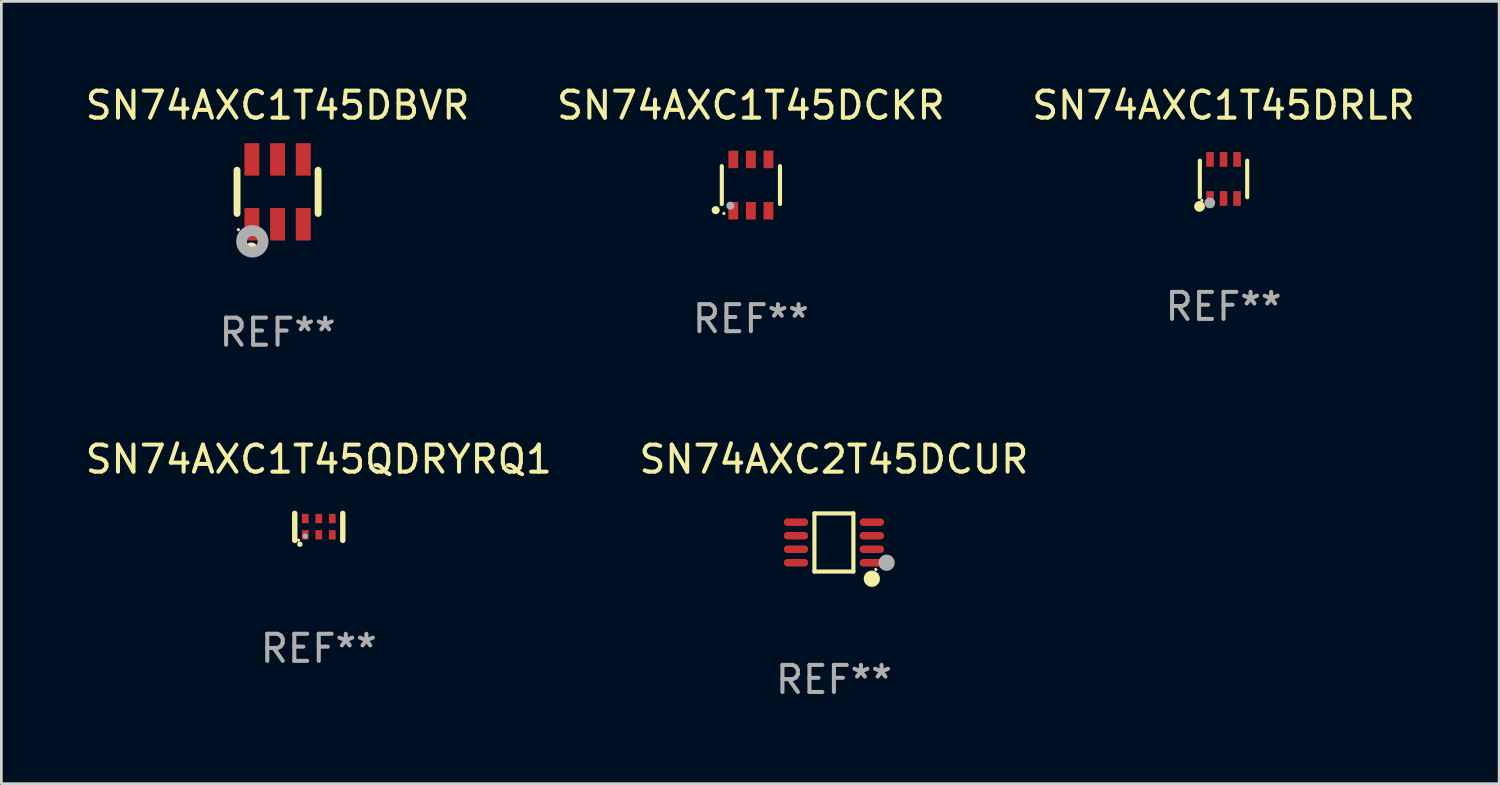
<source format=kicad_pcb>
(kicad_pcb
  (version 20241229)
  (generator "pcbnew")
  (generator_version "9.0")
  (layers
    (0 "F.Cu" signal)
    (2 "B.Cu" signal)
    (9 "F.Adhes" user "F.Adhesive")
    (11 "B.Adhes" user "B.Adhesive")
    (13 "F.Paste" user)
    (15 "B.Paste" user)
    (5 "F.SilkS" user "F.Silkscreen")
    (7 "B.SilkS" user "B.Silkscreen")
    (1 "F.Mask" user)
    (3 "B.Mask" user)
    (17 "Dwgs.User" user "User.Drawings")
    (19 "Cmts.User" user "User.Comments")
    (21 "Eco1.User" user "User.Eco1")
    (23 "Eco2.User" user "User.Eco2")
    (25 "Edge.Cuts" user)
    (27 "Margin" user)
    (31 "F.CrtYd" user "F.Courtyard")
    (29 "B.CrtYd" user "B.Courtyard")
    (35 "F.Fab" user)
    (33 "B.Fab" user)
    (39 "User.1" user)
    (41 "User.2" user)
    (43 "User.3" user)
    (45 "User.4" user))
  (footprint "SN74AXC1T45DBVR"
    (layer "F.Cu")
    (at 7.22 4.048)
    (property "Reference" "SN74AXC1T45DBVR" (at 0 -3.2 0) (layer "F.SilkS") (effects (font (size 1 1) (thickness 0.15))))
    (attr through_hole)
    (fp_line (start -1.5 0.8) (end -1.5 -0.8) (stroke (width 0.254) (type solid)) (layer "F.SilkS"))
    (fp_line (start 1.5 -0.8) (end 1.5 0.8) (stroke (width 0.254) (type solid)) (layer "F.SilkS"))
    (fp_circle (center -1.45 1.4) (end -1.42 1.4) (stroke (width 0.06) (type solid)) (fill no) (layer "F.SilkS"))
    (fp_circle (center -0.975 2.125) (end -0.848 2.125) (stroke (width 0.254) (type solid)) (fill no) (layer "F.SilkS"))
    (fp_circle (center -0.934 1.832) (end -0.735 1.832) (stroke (width 0.4) (type solid)) (fill no) (layer "F.Fab"))
    (fp_text user "REF**" (at 0 5.2 0) (layer "F.Fab") (effects (font (size 1 1) (thickness 0.15))))
    (pad "1" smd rect (at -0.95 1.2) (size 0.55 1.2) (layers "F.Cu" "F.Mask" "F.Paste"))
    (pad "2" smd rect (at 0 1.2) (size 0.55 1.2) (layers "F.Cu" "F.Mask" "F.Paste"))
    (pad "3" smd rect (at 0.95 1.2) (size 0.55 1.2) (layers "F.Cu" "F.Mask" "F.Paste"))
    (pad "4" smd rect (at 0.95 -1.2) (size 0.55 1.2) (layers "F.Cu" "F.Mask" "F.Paste"))
    (pad "5" smd rect (at 0 -1.2) (size 0.55 1.2) (layers "F.Cu" "F.Mask" "F.Paste"))
    (pad "6" smd rect (at -0.95 -1.2) (size 0.55 1.2) (layers "F.Cu" "F.Mask" "F.Paste")))
  (footprint "SN74AXC1T45DCKR"
    (layer "F.Cu")
    (at 24.732 3.798)
    (property "Reference" "SN74AXC1T45DCKR" (at 0 -2.95 0) (layer "F.SilkS") (effects (font (size 1 1) (thickness 0.15))))
    (attr through_hole)
    (fp_line (start -1.076 0.701) (end -1.076 -0.701) (stroke (width 0.152) (type solid)) (layer "F.SilkS"))
    (fp_line (start 1.076 0.701) (end 1.076 -0.701) (stroke (width 0.152) (type solid)) (layer "F.SilkS"))
    (fp_circle (center -1.303 0.927) (end -1.228 0.927) (stroke (width 0.15) (type solid)) (fill no) (layer "F.SilkS"))
    (fp_circle (center -1 1.05) (end -0.97 1.05) (stroke (width 0.06) (type solid)) (fill no) (layer "F.SilkS"))
    (fp_circle (center -0.762 0.762) (end -0.687 0.762) (stroke (width 0.15) (type solid)) (fill no) (layer "F.Fab"))
    (fp_text user "REF**" (at 0 4.95 0) (layer "F.Fab") (effects (font (size 1 1) (thickness 0.15))))
    (pad "1" smd rect (at -0.65 0.95) (size 0.364 0.65) (layers "F.Cu" "F.Mask" "F.Paste"))
    (pad "2" smd rect (at 0 0.95) (size 0.364 0.65) (layers "F.Cu" "F.Mask" "F.Paste"))
    (pad "3" smd rect (at 0.65 0.95) (size 0.364 0.65) (layers "F.Cu" "F.Mask" "F.Paste"))
    (pad "4" smd rect (at 0.65 -0.95) (size 0.364 0.65) (layers "F.Cu" "F.Mask" "F.Paste"))
    (pad "5" smd rect (at 0 -0.95) (size 0.364 0.65) (layers "F.Cu" "F.Mask" "F.Paste"))
    (pad "6" smd rect (at -0.65 -0.95) (size 0.364 0.65) (layers "F.Cu" "F.Mask" "F.Paste")))
  (footprint "SN74AXC1T45DRLR"
    (layer "F.Cu")
    (at 42.22 3.571)
    (property "Reference" "SN74AXC1T45DRLR" (at 0 -2.723 0) (layer "F.SilkS") (effects (font (size 1 1) (thickness 0.15))))
    (attr through_hole)
    (fp_line (start -0.876 0.676) (end -0.876 -0.676) (stroke (width 0.152) (type solid)) (layer "F.SilkS"))
    (fp_line (start 0.876 0.676) (end 0.876 -0.676) (stroke (width 0.152) (type solid)) (layer "F.SilkS"))
    (fp_circle (center -0.889 1.016) (end -0.789 1.016) (stroke (width 0.2) (type solid)) (fill no) (layer "F.SilkS"))
    (fp_circle (center -0.8 0.795) (end -0.77 0.795) (stroke (width 0.06) (type solid)) (fill no) (layer "F.SilkS"))
    (fp_circle (center -0.508 0.889) (end -0.408 0.889) (stroke (width 0.2) (type solid)) (fill no) (layer "F.Fab"))
    (fp_text user "REF**" (at 0 4.723 0) (layer "F.Fab") (effects (font (size 1 1) (thickness 0.15))))
    (pad "1" smd rect (at -0.5 0.723) (size 0.28 0.545) (layers "F.Cu" "F.Mask" "F.Paste"))
    (pad "2" smd rect (at 0 0.723) (size 0.28 0.545) (layers "F.Cu" "F.Mask" "F.Paste"))
    (pad "3" smd rect (at 0.5 0.723) (size 0.28 0.545) (layers "F.Cu" "F.Mask" "F.Paste"))
    (pad "4" smd rect (at 0.5 -0.723) (size 0.28 0.545) (layers "F.Cu" "F.Mask" "F.Paste"))
    (pad "5" smd rect (at 0 -0.723) (size 0.28 0.545) (layers "F.Cu" "F.Mask" "F.Paste"))
    (pad "6" smd rect (at -0.5 -0.723) (size 0.28 0.545) (layers "F.Cu" "F.Mask" "F.Paste")))
  (footprint "SN74AXC2T45DCUR"
    (layer "F.Cu")
    (at 27.804 17.021)
    (property "Reference" "SN74AXC2T45DCUR" (at 0 -3.076 0) (layer "F.SilkS") (effects (font (size 1 1) (thickness 0.15))))
    (attr through_hole)
    (fp_line (start -0.721 -1.076) (end 0.721 -1.076) (stroke (width 0.152) (type solid)) (layer "F.SilkS"))
    (fp_line (start -0.721 1.076) (end -0.721 -1.076) (stroke (width 0.152) (type solid)) (layer "F.SilkS"))
    (fp_line (start 0.721 -1.076) (end 0.721 1.076) (stroke (width 0.152) (type solid)) (layer "F.SilkS"))
    (fp_line (start 0.721 1.076) (end -0.721 1.076) (stroke (width 0.152) (type solid)) (layer "F.SilkS"))
    (fp_circle (center 1.403 1.342) (end 1.553 1.342) (stroke (width 0.3) (type solid)) (fill no) (layer "F.SilkS"))
    (fp_circle (center 1.55 1) (end 1.58 1) (stroke (width 0.06) (type solid)) (fill no) (layer "F.SilkS"))
    (fp_circle (center 1.95 0.75) (end 2.1 0.75) (stroke (width 0.3) (type solid)) (fill no) (layer "F.Fab"))
    (fp_text user "REF**" (at 0 5.076 0) (layer "F.Fab") (effects (font (size 1 1) (thickness 0.15))))
    (pad "1" smd oval (at 1.403 0.75 90) (size 0.28 0.905) (layers "F.Cu" "F.Mask" "F.Paste"))
    (pad "2" smd oval (at 1.403 0.25 90) (size 0.28 0.905) (layers "F.Cu" "F.Mask" "F.Paste"))
    (pad "3" smd oval (at 1.403 -0.25 90) (size 0.28 0.905) (layers "F.Cu" "F.Mask" "F.Paste"))
    (pad "4" smd oval (at 1.403 -0.75 90) (size 0.28 0.905) (layers "F.Cu" "F.Mask" "F.Paste"))
    (pad "5" smd oval (at -1.403 -0.75 90) (size 0.28 0.905) (layers "F.Cu" "F.Mask" "F.Paste"))
    (pad "6" smd oval (at -1.403 -0.25 90) (size 0.28 0.905) (layers "F.Cu" "F.Mask" "F.Paste"))
    (pad "7" smd oval (at -1.403 0.25 90) (size 0.28 0.905) (layers "F.Cu" "F.Mask" "F.Paste"))
    (pad "8" smd oval (at -1.403 0.75 90) (size 0.28 0.905) (layers "F.Cu" "F.Mask" "F.Paste")))
  (footprint "SN74AXC1T45QDRYRQ1"
    (layer "F.Cu")
    (at 8.744 16.445)
    (property "Reference" "SN74AXC1T45QDRYRQ1" (at 0 -2.5 0) (layer "F.SilkS") (effects (font (size 1 1) (thickness 0.15))))
    (attr through_hole)
    (fp_line (start -0.889 0.5) (end -0.889 -0.5) (stroke (width 0.2) (type solid)) (layer "F.SilkS"))
    (fp_line (start 0.889 0.5) (end 0.889 -0.5) (stroke (width 0.2) (type solid)) (layer "F.SilkS"))
    (fp_circle (center -0.75 0.492) (end -0.72 0.492) (stroke (width 0.06) (type solid)) (fill no) (layer "F.SilkS"))
    (fp_circle (center -0.7 0.642) (end -0.65 0.642) (stroke (width 0.1) (type solid)) (fill no) (layer "F.SilkS"))
    (fp_circle (center -0.5 0.342) (end -0.45 0.342) (stroke (width 0.1) (type solid)) (fill no) (layer "F.Fab"))
    (fp_text user "REF**" (at 0 4.5 0) (layer "F.Fab") (effects (font (size 1 1) (thickness 0.15))))
    (pad "1" smd rect (at -0.5 0.292) (size 0.25 0.35) (layers "F.Cu" "F.Mask" "F.Paste"))
    (pad "2" smd rect (at -0.000102 0.292) (size 0.25 0.35) (layers "F.Cu" "F.Mask" "F.Paste"))
    (pad "3" smd rect (at 0.5 0.292) (size 0.25 0.35) (layers "F.Cu" "F.Mask" "F.Paste"))
    (pad "4" smd rect (at 0.5 -0.308 180) (size 0.25 0.35) (layers "F.Cu" "F.Mask" "F.Paste"))
    (pad "5" smd rect (at -0.000102 -0.308 180) (size 0.25 0.35) (layers "F.Cu" "F.Mask" "F.Paste"))
    (pad "6" smd rect (at -0.5 -0.308 180) (size 0.25 0.35) (layers "F.Cu" "F.Mask" "F.Paste")))
  (gr_rect
    (start -3 -3)
    (end 52.417 25.945)
    (stroke (width 0.1) (type default))
    (fill no)
    (layer "Edge.Cuts")))
</source>
